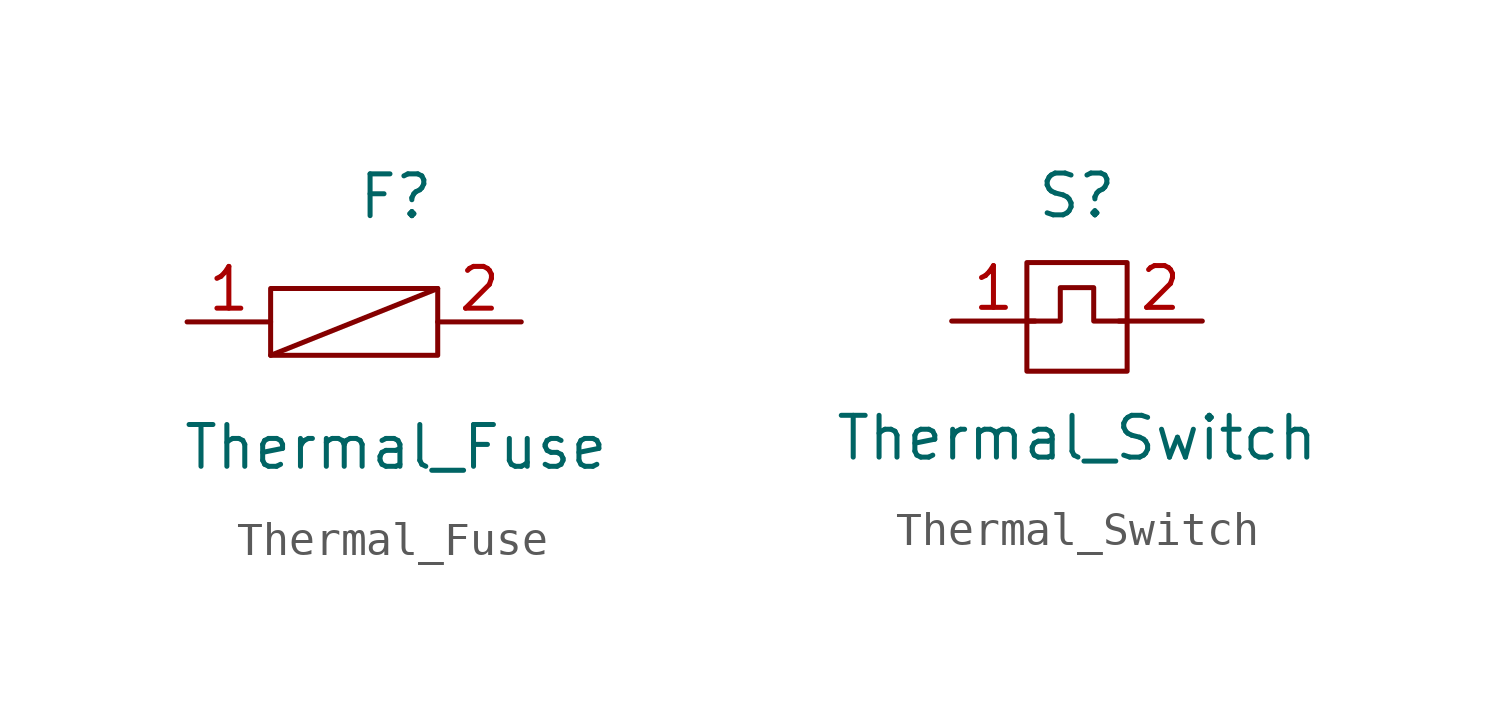
<source format=kicad_sym>
(kicad_symbol_lib
  (version 20211014)
  (generator kicad_symbol_editor)
  (symbol "Thermal_Fuse"
    (property "Reference" "F"
      (at 0 3.81 0)
      (effects (font (size 1.27 1.27))))
    (property "Value" "Thermal_Fuse"
      (at 0 -3.81 0)
      (effects (font (size 1.27 1.27))))
    (symbol "Thermal_Fuse_0_1"
      (rectangle (start -3.81 1.016) (end 1.27 -1.016) (stroke (width 0) (type default) (color 0 0 0 0)) (fill (type none)))
      (polyline (pts (xy -3.81 -1.016) (xy 1.27 1.016)) (stroke (width 0) (type default) (color 0 0 0 0)) (fill (type none))))
    (symbol "Thermal_Fuse_1_1"
      (pin input line (at -6.35 0 0) (length 2.54) (name "" (effects (font (size 1.27 1.27)))) (number "1" (effects (font (size 1.27 1.27)))))
      (pin input line (at 3.81 0 180) (length 2.54) (name "" (effects (font (size 1.27 1.27)))) (number "2" (effects (font (size 1.27 1.27)))))))
  (symbol "Thermal_Switch"
    (property "Reference" "S"
      (at 0 3.81 0)
      (effects (font (size 1.27 1.27))))
    (property "Value" "Thermal_Switch"
      (at 0 -3.556 0)
      (effects (font (size 1.27 1.27))))
    (symbol "Thermal_Switch_0_1"
      (rectangle (start -1.524 1.778) (end 1.524 -1.524) (stroke (width 0) (type default) (color 0 0 0 0)) (fill (type none)))
      (polyline (pts (xy -1.524 0) (xy -0.508 0) (xy -0.508 1.016) (xy 0.508 1.016) (xy 0.508 0) (xy 1.524 0)) (stroke (width 0) (type default) (color 0 0 0 0)) (fill (type none))))
    (symbol "Thermal_Switch_1_1"
      (pin input line (at -3.81 0 0) (length 2.54) (name "" (effects (font (size 1.27 1.27)))) (number "1" (effects (font (size 1.27 1.27)))))
      (pin input line (at 3.81 0 180) (length 2.54) (name "" (effects (font (size 1.27 1.27)))) (number "2" (effects (font (size 1.27 1.27))))))))
</source>
